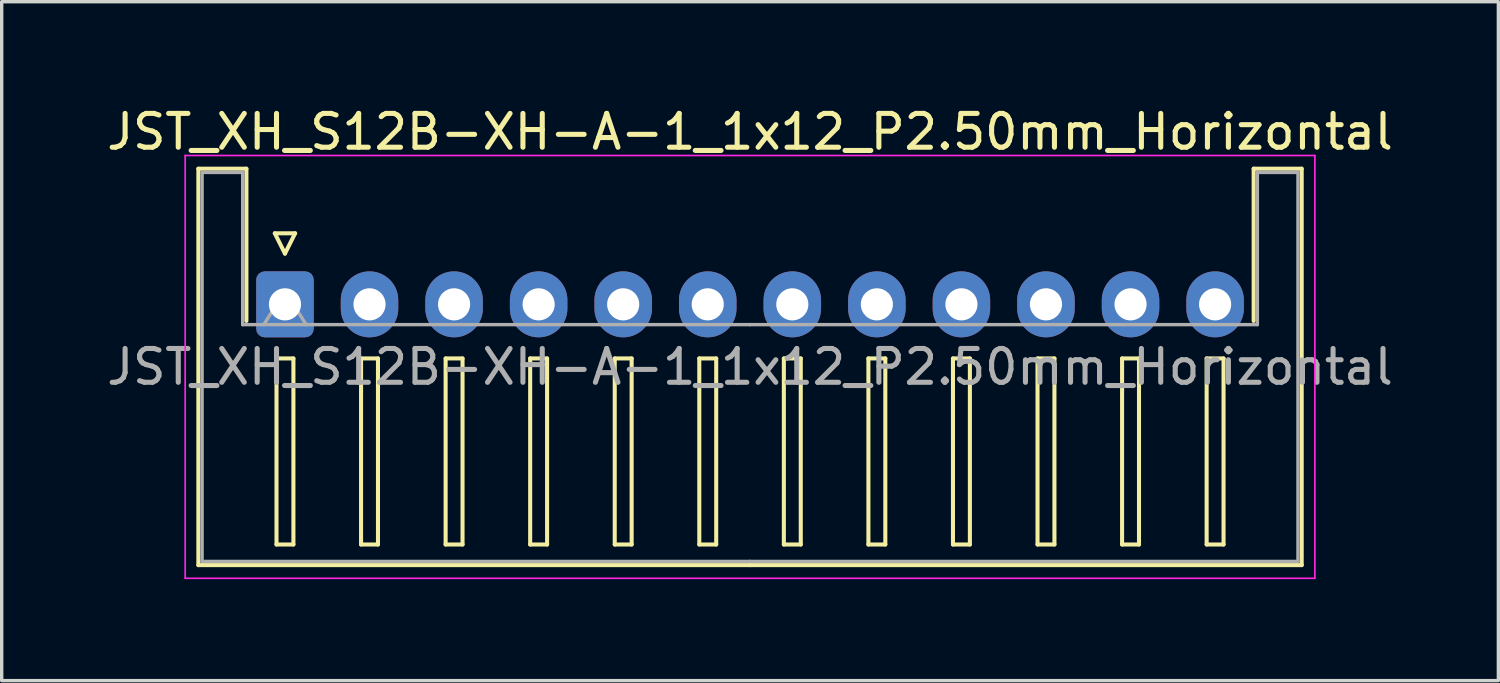
<source format=kicad_pcb>
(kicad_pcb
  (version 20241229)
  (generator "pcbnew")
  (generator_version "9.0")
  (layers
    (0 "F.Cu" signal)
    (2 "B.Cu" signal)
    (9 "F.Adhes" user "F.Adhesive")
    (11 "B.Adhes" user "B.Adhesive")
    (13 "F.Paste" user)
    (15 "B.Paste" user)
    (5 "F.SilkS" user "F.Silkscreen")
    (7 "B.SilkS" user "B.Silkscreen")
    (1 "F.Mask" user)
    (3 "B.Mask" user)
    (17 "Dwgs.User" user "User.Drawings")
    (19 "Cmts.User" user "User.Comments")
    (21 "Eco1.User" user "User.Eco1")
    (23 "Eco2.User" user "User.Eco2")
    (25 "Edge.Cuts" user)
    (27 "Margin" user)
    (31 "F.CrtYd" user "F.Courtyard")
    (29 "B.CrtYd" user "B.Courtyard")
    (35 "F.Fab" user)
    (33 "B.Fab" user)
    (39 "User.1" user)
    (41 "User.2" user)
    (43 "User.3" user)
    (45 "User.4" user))
  (footprint "JST_XH_S12B-XH-A-1_1x12_P2.50mm_Horizontal"
    (layer "F.Cu")
    (at 5.375 5.948)
    (property "Reference" "JST_XH_S12B-XH-A-1_1x12_P2.50mm_Horizontal" (at 13.75 -5.1 0) (layer "F.SilkS") (effects (font (size 1 1) (thickness 0.15))))
    (attr through_hole)
    (fp_line (start -2.56 -4.01) (end -1.14 -4.01) (stroke (width 0.12) (type solid)) (layer "F.SilkS"))
    (fp_line (start -2.56 7.71) (end -2.56 -4.01) (stroke (width 0.12) (type solid)) (layer "F.SilkS"))
    (fp_line (start -1.14 -4.01) (end -1.14 0.49) (stroke (width 0.12) (type solid)) (layer "F.SilkS"))
    (fp_line (start -0.3 -2.1) (end 0.3 -2.1) (stroke (width 0.12) (type solid)) (layer "F.SilkS"))
    (fp_line (start -0.25 1.6) (end -0.25 7.1) (stroke (width 0.12) (type solid)) (layer "F.SilkS"))
    (fp_line (start -0.25 7.1) (end 0.25 7.1) (stroke (width 0.12) (type solid)) (layer "F.SilkS"))
    (fp_line (start 0 -1.5) (end -0.3 -2.1) (stroke (width 0.12) (type solid)) (layer "F.SilkS"))
    (fp_line (start 0.25 1.6) (end -0.25 1.6) (stroke (width 0.12) (type solid)) (layer "F.SilkS"))
    (fp_line (start 0.25 7.1) (end 0.25 1.6) (stroke (width 0.12) (type solid)) (layer "F.SilkS"))
    (fp_line (start 0.3 -2.1) (end 0 -1.5) (stroke (width 0.12) (type solid)) (layer "F.SilkS"))
    (fp_line (start 2.25 1.6) (end 2.25 7.1) (stroke (width 0.12) (type solid)) (layer "F.SilkS"))
    (fp_line (start 2.25 7.1) (end 2.75 7.1) (stroke (width 0.12) (type solid)) (layer "F.SilkS"))
    (fp_line (start 2.75 1.6) (end 2.25 1.6) (stroke (width 0.12) (type solid)) (layer "F.SilkS"))
    (fp_line (start 2.75 7.1) (end 2.75 1.6) (stroke (width 0.12) (type solid)) (layer "F.SilkS"))
    (fp_line (start 4.75 1.6) (end 4.75 7.1) (stroke (width 0.12) (type solid)) (layer "F.SilkS"))
    (fp_line (start 4.75 7.1) (end 5.25 7.1) (stroke (width 0.12) (type solid)) (layer "F.SilkS"))
    (fp_line (start 5.25 1.6) (end 4.75 1.6) (stroke (width 0.12) (type solid)) (layer "F.SilkS"))
    (fp_line (start 5.25 7.1) (end 5.25 1.6) (stroke (width 0.12) (type solid)) (layer "F.SilkS"))
    (fp_line (start 7.25 1.6) (end 7.25 7.1) (stroke (width 0.12) (type solid)) (layer "F.SilkS"))
    (fp_line (start 7.25 7.1) (end 7.75 7.1) (stroke (width 0.12) (type solid)) (layer "F.SilkS"))
    (fp_line (start 7.75 1.6) (end 7.25 1.6) (stroke (width 0.12) (type solid)) (layer "F.SilkS"))
    (fp_line (start 7.75 7.1) (end 7.75 1.6) (stroke (width 0.12) (type solid)) (layer "F.SilkS"))
    (fp_line (start 9.75 1.6) (end 9.75 7.1) (stroke (width 0.12) (type solid)) (layer "F.SilkS"))
    (fp_line (start 9.75 7.1) (end 10.25 7.1) (stroke (width 0.12) (type solid)) (layer "F.SilkS"))
    (fp_line (start 10.25 1.6) (end 9.75 1.6) (stroke (width 0.12) (type solid)) (layer "F.SilkS"))
    (fp_line (start 10.25 7.1) (end 10.25 1.6) (stroke (width 0.12) (type solid)) (layer "F.SilkS"))
    (fp_line (start 12.25 1.6) (end 12.25 7.1) (stroke (width 0.12) (type solid)) (layer "F.SilkS"))
    (fp_line (start 12.25 7.1) (end 12.75 7.1) (stroke (width 0.12) (type solid)) (layer "F.SilkS"))
    (fp_line (start 12.75 1.6) (end 12.25 1.6) (stroke (width 0.12) (type solid)) (layer "F.SilkS"))
    (fp_line (start 12.75 7.1) (end 12.75 1.6) (stroke (width 0.12) (type solid)) (layer "F.SilkS"))
    (fp_line (start 13.75 7.71) (end -2.56 7.71) (stroke (width 0.12) (type solid)) (layer "F.SilkS"))
    (fp_line (start 13.75 7.71) (end 30.06 7.71) (stroke (width 0.12) (type solid)) (layer "F.SilkS"))
    (fp_line (start 14.75 1.6) (end 14.75 7.1) (stroke (width 0.12) (type solid)) (layer "F.SilkS"))
    (fp_line (start 14.75 7.1) (end 15.25 7.1) (stroke (width 0.12) (type solid)) (layer "F.SilkS"))
    (fp_line (start 15.25 1.6) (end 14.75 1.6) (stroke (width 0.12) (type solid)) (layer "F.SilkS"))
    (fp_line (start 15.25 7.1) (end 15.25 1.6) (stroke (width 0.12) (type solid)) (layer "F.SilkS"))
    (fp_line (start 17.25 1.6) (end 17.25 7.1) (stroke (width 0.12) (type solid)) (layer "F.SilkS"))
    (fp_line (start 17.25 7.1) (end 17.75 7.1) (stroke (width 0.12) (type solid)) (layer "F.SilkS"))
    (fp_line (start 17.75 1.6) (end 17.25 1.6) (stroke (width 0.12) (type solid)) (layer "F.SilkS"))
    (fp_line (start 17.75 7.1) (end 17.75 1.6) (stroke (width 0.12) (type solid)) (layer "F.SilkS"))
    (fp_line (start 19.75 1.6) (end 19.75 7.1) (stroke (width 0.12) (type solid)) (layer "F.SilkS"))
    (fp_line (start 19.75 7.1) (end 20.25 7.1) (stroke (width 0.12) (type solid)) (layer "F.SilkS"))
    (fp_line (start 20.25 1.6) (end 19.75 1.6) (stroke (width 0.12) (type solid)) (layer "F.SilkS"))
    (fp_line (start 20.25 7.1) (end 20.25 1.6) (stroke (width 0.12) (type solid)) (layer "F.SilkS"))
    (fp_line (start 22.25 1.6) (end 22.25 7.1) (stroke (width 0.12) (type solid)) (layer "F.SilkS"))
    (fp_line (start 22.25 7.1) (end 22.75 7.1) (stroke (width 0.12) (type solid)) (layer "F.SilkS"))
    (fp_line (start 22.75 1.6) (end 22.25 1.6) (stroke (width 0.12) (type solid)) (layer "F.SilkS"))
    (fp_line (start 22.75 7.1) (end 22.75 1.6) (stroke (width 0.12) (type solid)) (layer "F.SilkS"))
    (fp_line (start 24.75 1.6) (end 24.75 7.1) (stroke (width 0.12) (type solid)) (layer "F.SilkS"))
    (fp_line (start 24.75 7.1) (end 25.25 7.1) (stroke (width 0.12) (type solid)) (layer "F.SilkS"))
    (fp_line (start 25.25 1.6) (end 24.75 1.6) (stroke (width 0.12) (type solid)) (layer "F.SilkS"))
    (fp_line (start 25.25 7.1) (end 25.25 1.6) (stroke (width 0.12) (type solid)) (layer "F.SilkS"))
    (fp_line (start 27.25 1.6) (end 27.25 7.1) (stroke (width 0.12) (type solid)) (layer "F.SilkS"))
    (fp_line (start 27.25 7.1) (end 27.75 7.1) (stroke (width 0.12) (type solid)) (layer "F.SilkS"))
    (fp_line (start 27.75 1.6) (end 27.25 1.6) (stroke (width 0.12) (type solid)) (layer "F.SilkS"))
    (fp_line (start 27.75 7.1) (end 27.75 1.6) (stroke (width 0.12) (type solid)) (layer "F.SilkS"))
    (fp_line (start 28.64 -4.01) (end 28.64 0.49) (stroke (width 0.12) (type solid)) (layer "F.SilkS"))
    (fp_line (start 30.06 -4.01) (end 28.64 -4.01) (stroke (width 0.12) (type solid)) (layer "F.SilkS"))
    (fp_line (start 30.06 7.71) (end 30.06 -4.01) (stroke (width 0.12) (type solid)) (layer "F.SilkS"))
    (fp_line (start -2.95 -4.4) (end -2.95 8.1) (stroke (width 0.05) (type solid)) (layer "F.CrtYd"))
    (fp_line (start -2.95 8.1) (end 30.45 8.1) (stroke (width 0.05) (type solid)) (layer "F.CrtYd"))
    (fp_line (start 30.45 -4.4) (end -2.95 -4.4) (stroke (width 0.05) (type solid)) (layer "F.CrtYd"))
    (fp_line (start 30.45 8.1) (end 30.45 -4.4) (stroke (width 0.05) (type solid)) (layer "F.CrtYd"))
    (fp_line (start -2.45 -3.9) (end -1.25 -3.9) (stroke (width 0.1) (type solid)) (layer "F.Fab"))
    (fp_line (start -2.45 7.6) (end -2.45 -3.9) (stroke (width 0.1) (type solid)) (layer "F.Fab"))
    (fp_line (start -1.25 -3.9) (end -1.25 0.6) (stroke (width 0.1) (type solid)) (layer "F.Fab"))
    (fp_line (start -1.25 0.6) (end 13.75 0.6) (stroke (width 0.1) (type solid)) (layer "F.Fab"))
    (fp_line (start -0.625 0.6) (end 0 -0.4) (stroke (width 0.1) (type solid)) (layer "F.Fab"))
    (fp_line (start 0 -0.4) (end 0.625 0.6) (stroke (width 0.1) (type solid)) (layer "F.Fab"))
    (fp_line (start 13.75 7.6) (end -2.45 7.6) (stroke (width 0.1) (type solid)) (layer "F.Fab"))
    (fp_line (start 13.75 7.6) (end 29.95 7.6) (stroke (width 0.1) (type solid)) (layer "F.Fab"))
    (fp_line (start 28.75 -3.9) (end 28.75 0.6) (stroke (width 0.1) (type solid)) (layer "F.Fab"))
    (fp_line (start 28.75 0.6) (end 13.75 0.6) (stroke (width 0.1) (type solid)) (layer "F.Fab"))
    (fp_line (start 29.95 -3.9) (end 28.75 -3.9) (stroke (width 0.1) (type solid)) (layer "F.Fab"))
    (fp_line (start 29.95 7.6) (end 29.95 -3.9) (stroke (width 0.1) (type solid)) (layer "F.Fab"))
    (fp_text user "${REFERENCE}" (at 13.75 1.85 0) (layer "F.Fab") (effects (font (size 1 1) (thickness 0.15))))
    (pad "1" thru_hole roundrect (at 0 0) (size 1.7 1.95) (drill 0.95) (layers "*.Cu" "*.Mask") (roundrect_rratio 0.147))
    (pad "2" thru_hole oval (at 2.5 0) (size 1.7 1.95) (drill 0.95) (layers "*.Cu" "*.Mask"))
    (pad "3" thru_hole oval (at 5 0) (size 1.7 1.95) (drill 0.95) (layers "*.Cu" "*.Mask"))
    (pad "4" thru_hole oval (at 7.5 0) (size 1.7 1.95) (drill 0.95) (layers "*.Cu" "*.Mask"))
    (pad "5" thru_hole oval (at 10 0) (size 1.7 1.95) (drill 0.95) (layers "*.Cu" "*.Mask"))
    (pad "6" thru_hole oval (at 12.5 0) (size 1.7 1.95) (drill 0.95) (layers "*.Cu" "*.Mask"))
    (pad "7" thru_hole oval (at 15 0) (size 1.7 1.95) (drill 0.95) (layers "*.Cu" "*.Mask"))
    (pad "8" thru_hole oval (at 17.5 0) (size 1.7 1.95) (drill 0.95) (layers "*.Cu" "*.Mask"))
    (pad "9" thru_hole oval (at 20 0) (size 1.7 1.95) (drill 0.95) (layers "*.Cu" "*.Mask"))
    (pad "10" thru_hole oval (at 22.5 0) (size 1.7 1.95) (drill 0.95) (layers "*.Cu" "*.Mask"))
    (pad "11" thru_hole oval (at 25 0) (size 1.7 1.95) (drill 0.95) (layers "*.Cu" "*.Mask"))
    (pad "12" thru_hole oval (at 27.5 0) (size 1.7 1.95) (drill 0.95) (layers "*.Cu" "*.Mask")))
  (gr_rect
    (start -3 -3)
    (end 41.25 17.073)
    (stroke (width 0.1) (type default))
    (fill no)
    (layer "Edge.Cuts")))
</source>
